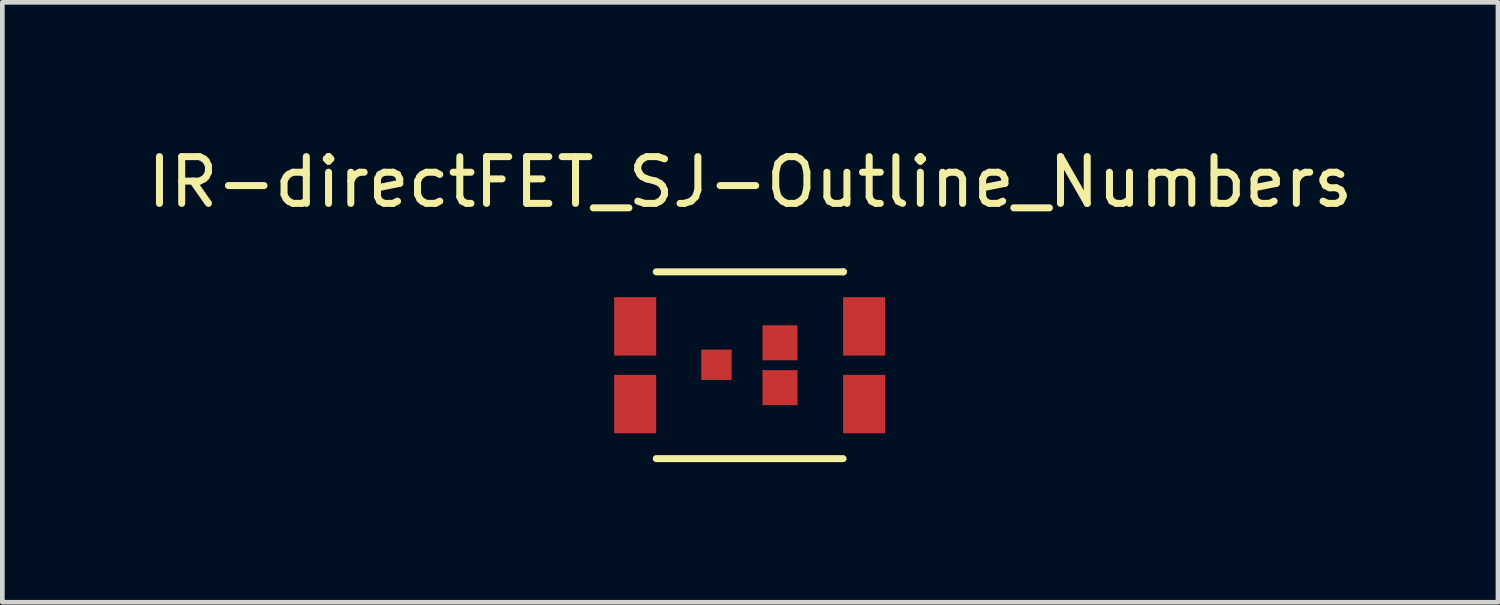
<source format=kicad_pcb>
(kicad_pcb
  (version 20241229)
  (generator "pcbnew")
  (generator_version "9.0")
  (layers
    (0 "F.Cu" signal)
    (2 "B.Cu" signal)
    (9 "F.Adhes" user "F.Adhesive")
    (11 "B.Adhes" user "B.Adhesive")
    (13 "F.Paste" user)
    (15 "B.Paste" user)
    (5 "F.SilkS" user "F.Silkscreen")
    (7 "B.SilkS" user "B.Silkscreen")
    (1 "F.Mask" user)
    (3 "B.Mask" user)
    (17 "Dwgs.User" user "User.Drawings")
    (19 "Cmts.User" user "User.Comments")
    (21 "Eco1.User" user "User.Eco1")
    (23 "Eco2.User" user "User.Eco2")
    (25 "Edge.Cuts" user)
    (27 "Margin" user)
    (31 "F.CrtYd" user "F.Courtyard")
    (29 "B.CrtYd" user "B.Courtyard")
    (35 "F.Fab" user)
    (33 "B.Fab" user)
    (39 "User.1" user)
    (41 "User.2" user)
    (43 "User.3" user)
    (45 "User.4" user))
  (footprint "IR-directFET_SJ-Outline_Numbers"
    (layer "F.Cu")
    (at 12.996 4.767)
    (property "Reference" "IR-directFET_SJ-Outline_Numbers" (at 0.01 -3.919 0) (layer "F.SilkS") (effects (font (size 1 1) (thickness 0.15))))
    (attr through_hole)
    (fp_line (start -1.999 -1.999) (end 1.999 -1.999) (stroke (width 0.15) (type solid)) (layer "F.SilkS"))
    (fp_line (start 1.999 -1.999) (end 2.009 -1.999) (stroke (width 0.15) (type solid)) (layer "F.SilkS"))
    (fp_line (start 1.999 1.999) (end -1.999 1.999) (stroke (width 0.15) (type solid)) (layer "F.SilkS"))
    (pad "1" smd rect (at 2.449 -0.831) (size 0.899 1.25) (layers "F.Cu" "F.Mask" "F.Paste"))
    (pad "2" smd rect (at 2.449 0.831) (size 0.899 1.25) (layers "F.Cu" "F.Mask" "F.Paste"))
    (pad "3" smd rect (at 0.648 -0.48) (size 0.749 0.749) (layers "F.Cu" "F.Mask" "F.Paste"))
    (pad "4" smd rect (at 0.648 0.48) (size 0.749 0.749) (layers "F.Cu" "F.Mask" "F.Paste"))
    (pad "5" smd rect (at -0.711 -0.01) (size 0.65 0.65) (layers "F.Cu" "F.Mask" "F.Paste"))
    (pad "6" smd rect (at -2.451 -0.831) (size 0.899 1.25) (layers "F.Cu" "F.Mask" "F.Paste"))
    (pad "7" smd rect (at -2.451 0.831) (size 0.899 1.25) (layers "F.Cu" "F.Mask" "F.Paste")))
  (gr_rect
    (start -3 -3)
    (end 29.012 9.841)
    (stroke (width 0.1) (type default))
    (fill no)
    (layer "Edge.Cuts")))
</source>
